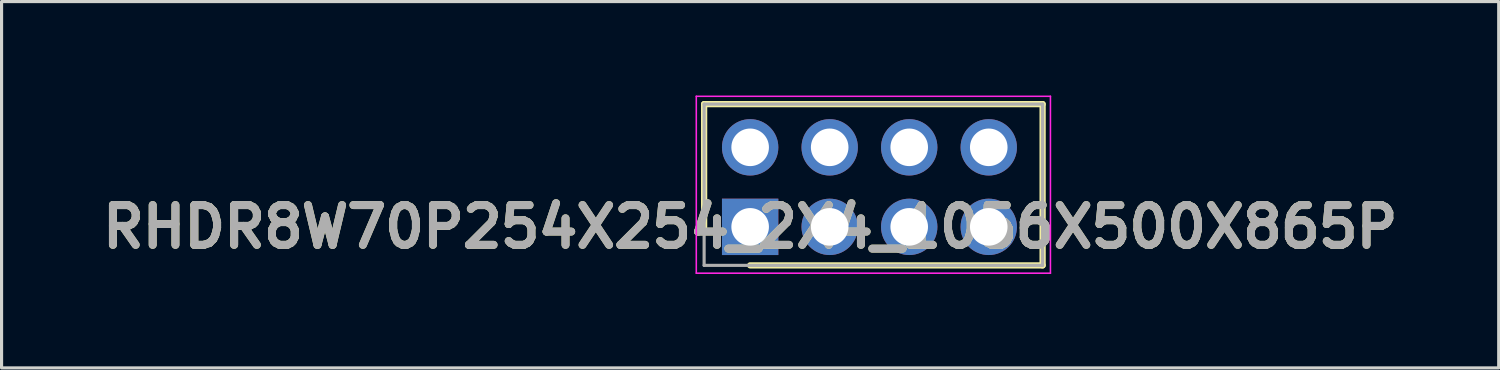
<source format=kicad_pcb>
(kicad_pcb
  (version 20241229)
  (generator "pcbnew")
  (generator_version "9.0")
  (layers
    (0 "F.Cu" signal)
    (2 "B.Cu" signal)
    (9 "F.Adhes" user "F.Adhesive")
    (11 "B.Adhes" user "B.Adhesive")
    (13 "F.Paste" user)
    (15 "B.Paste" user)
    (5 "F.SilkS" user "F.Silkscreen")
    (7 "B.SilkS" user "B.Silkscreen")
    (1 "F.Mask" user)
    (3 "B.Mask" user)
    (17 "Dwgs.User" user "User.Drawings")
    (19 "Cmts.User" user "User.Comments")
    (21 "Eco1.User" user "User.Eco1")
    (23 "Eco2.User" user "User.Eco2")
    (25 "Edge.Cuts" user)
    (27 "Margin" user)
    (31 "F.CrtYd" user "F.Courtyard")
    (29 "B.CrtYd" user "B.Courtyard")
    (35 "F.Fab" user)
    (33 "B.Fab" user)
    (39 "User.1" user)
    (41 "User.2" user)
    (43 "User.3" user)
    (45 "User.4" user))
  (footprint "RHDR8W70P254X254_2X4_1056X500X865P"
    (layer "F.Cu")
    (at 20.907 4.195)
    (property "Reference" "RHDR8W70P254X254_2X4_1056X500X865P" (at 0 0 0) (layer "F.SilkS") (effects (font (size 1.27 1.27) (thickness 0.254))))
    (attr through_hole)
    (fp_line (start -1.47 -3.92) (end -1.47 0) (stroke (width 0.2) (type solid)) (layer "F.SilkS"))
    (fp_line (start 0 1.23) (end 9.34 1.23) (stroke (width 0.2) (type solid)) (layer "F.SilkS"))
    (fp_line (start 9.34 -3.92) (end -1.47 -3.92) (stroke (width 0.2) (type solid)) (layer "F.SilkS"))
    (fp_line (start 9.34 1.23) (end 9.34 -3.92) (stroke (width 0.2) (type solid)) (layer "F.SilkS"))
    (fp_line (start -1.72 -4.17) (end 9.59 -4.17) (stroke (width 0.05) (type solid)) (layer "F.CrtYd"))
    (fp_line (start -1.72 1.48) (end -1.72 -4.17) (stroke (width 0.05) (type solid)) (layer "F.CrtYd"))
    (fp_line (start 9.59 -4.17) (end 9.59 1.48) (stroke (width 0.05) (type solid)) (layer "F.CrtYd"))
    (fp_line (start 9.59 1.48) (end -1.72 1.48) (stroke (width 0.05) (type solid)) (layer "F.CrtYd"))
    (fp_line (start -1.47 -3.92) (end 9.34 -3.92) (stroke (width 0.1) (type solid)) (layer "F.Fab"))
    (fp_line (start -1.47 1.23) (end -1.47 -3.92) (stroke (width 0.1) (type solid)) (layer "F.Fab"))
    (fp_line (start 9.34 -3.92) (end 9.34 1.23) (stroke (width 0.1) (type solid)) (layer "F.Fab"))
    (fp_line (start 9.34 1.23) (end -1.47 1.23) (stroke (width 0.1) (type solid)) (layer "F.Fab"))
    (fp_text user "${REFERENCE}" (at 0 0 0) (layer "F.Fab") (effects (font (size 1.27 1.27) (thickness 0.254))))
    (pad "1" thru_hole rect (at 0 0) (size 1.8 1.8) (drill 1.2) (layers "*.Cu" "*.Mask"))
    (pad "2" thru_hole circle (at 0 -2.54) (size 1.8 1.8) (drill 1.2) (layers "*.Cu" "*.Mask"))
    (pad "3" thru_hole circle (at 2.54 0) (size 1.8 1.8) (drill 1.2) (layers "*.Cu" "*.Mask"))
    (pad "4" thru_hole circle (at 2.54 -2.54) (size 1.8 1.8) (drill 1.2) (layers "*.Cu" "*.Mask"))
    (pad "5" thru_hole circle (at 5.08 0) (size 1.8 1.8) (drill 1.2) (layers "*.Cu" "*.Mask"))
    (pad "6" thru_hole circle (at 5.08 -2.54) (size 1.8 1.8) (drill 1.2) (layers "*.Cu" "*.Mask"))
    (pad "7" thru_hole circle (at 7.62 0) (size 1.8 1.8) (drill 1.2) (layers "*.Cu" "*.Mask"))
    (pad "8" thru_hole circle (at 7.62 -2.54) (size 1.8 1.8) (drill 1.2) (layers "*.Cu" "*.Mask")))
  (gr_rect
    (start -3 -3)
    (end 44.813 8.7)
    (stroke (width 0.1) (type default))
    (fill no)
    (layer "Edge.Cuts")))
</source>
